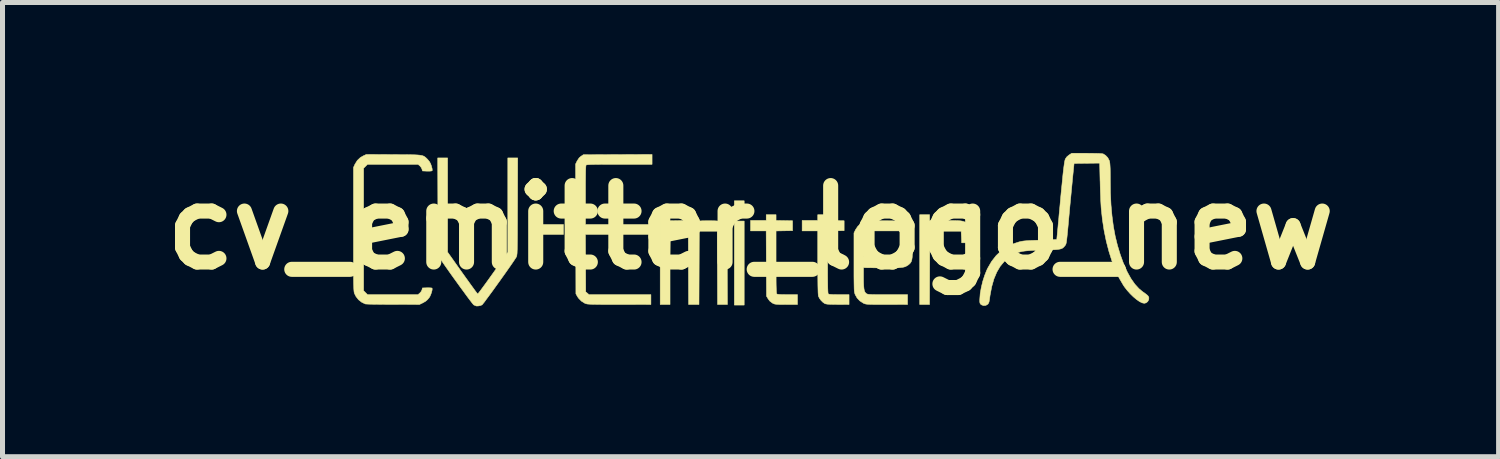
<source format=kicad_pcb>
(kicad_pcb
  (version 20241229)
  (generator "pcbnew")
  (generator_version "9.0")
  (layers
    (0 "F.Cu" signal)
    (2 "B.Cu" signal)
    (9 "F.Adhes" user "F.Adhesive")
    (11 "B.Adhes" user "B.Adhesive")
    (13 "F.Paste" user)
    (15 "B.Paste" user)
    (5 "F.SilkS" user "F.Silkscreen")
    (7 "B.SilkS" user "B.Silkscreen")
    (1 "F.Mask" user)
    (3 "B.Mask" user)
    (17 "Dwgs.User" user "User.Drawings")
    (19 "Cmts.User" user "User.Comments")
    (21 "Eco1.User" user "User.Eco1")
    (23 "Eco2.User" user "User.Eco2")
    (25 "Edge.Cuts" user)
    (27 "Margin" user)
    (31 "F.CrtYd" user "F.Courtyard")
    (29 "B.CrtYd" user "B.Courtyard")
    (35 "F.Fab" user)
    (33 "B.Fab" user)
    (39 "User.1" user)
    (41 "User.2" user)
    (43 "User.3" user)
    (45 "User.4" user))
  (footprint "cv_emitter_logo_new"
    (layer "F.Cu")
    (at 11.909 1.483)
    (property "Reference" "cv_emitter_logo_new" (at 0 0 0) (layer "F.SilkS") (effects (font (size 1.524 1.524) (thickness 0.3))))
    (attr through_hole)
    (fp_poly (pts (xy -3.729 0.139) (xy -4.41 0.139) (xy -4.41 -0.058) (xy -3.729 -0.058) (xy -3.729 0.139)) (stroke (width 0.01) (type solid)) (fill yes) (layer "F.SilkS"))
    (fp_poly (pts (xy -0.127 -0.277) (xy -0.323 -0.277) (xy -0.323 -0.531) (xy -0.127 -0.531) (xy -0.127 -0.277)) (stroke (width 0.01) (type solid)) (fill yes) (layer "F.SilkS"))
    (fp_poly (pts (xy -0.127 1.547) (xy -0.323 1.547) (xy -0.323 -0.127) (xy -0.127 -0.127) (xy -0.127 1.547)) (stroke (width 0.01) (type solid)) (fill yes) (layer "F.SilkS"))
    (fp_poly (pts (xy 3.568 -0.133) (xy 3.874 -0.136) (xy 3.977 -0.137) (xy 4.061 -0.137) (xy 4.127 -0.135) (xy 4.179 -0.132) (xy 4.218 -0.126) (xy 4.249 -0.118) (xy 4.274 -0.107) (xy 4.296 -0.093) (xy 4.313 -0.079) (xy 4.35 -0.041) (xy 4.376 -0.002) (xy 4.392 0.044) (xy 4.401 0.102) (xy 4.404 0.178) (xy 4.404 0.179) (xy 4.405 0.306) (xy 4.208 0.306) (xy 4.203 0.191) (xy 4.197 0.075) (xy 3.573 0.075) (xy 3.57 0.805) (xy 3.567 1.536) (xy 3.371 1.536) (xy 3.371 -0.254) (xy 3.568 -0.254) (xy 3.568 -0.133)) (stroke (width 0.01) (type solid)) (fill yes) (layer "F.SilkS"))
    (fp_poly (pts (xy 0.508 -0.139) (xy 0.673 -0.136) (xy 0.837 -0.133) (xy 0.837 0.064) (xy 0.673 0.067) (xy 0.508 0.07) (xy 0.508 0.691) (xy 0.508 0.835) (xy 0.509 0.959) (xy 0.509 1.061) (xy 0.51 1.145) (xy 0.512 1.211) (xy 0.514 1.261) (xy 0.516 1.295) (xy 0.519 1.316) (xy 0.522 1.325) (xy 0.537 1.331) (xy 0.57 1.335) (xy 0.622 1.338) (xy 0.695 1.339) (xy 0.735 1.339) (xy 0.935 1.339) (xy 0.935 1.536) (xy 0.712 1.536) (xy 0.634 1.535) (xy 0.576 1.535) (xy 0.533 1.533) (xy 0.502 1.53) (xy 0.478 1.526) (xy 0.459 1.519) (xy 0.441 1.51) (xy 0.438 1.509) (xy 0.384 1.468) (xy 0.352 1.426) (xy 0.318 1.37) (xy 0.314 0.72) (xy 0.311 0.069) (xy 0 0.069) (xy 0 -0.139) (xy 0.312 -0.139) (xy 0.312 -0.254) (xy 0.508 -0.254) (xy 0.508 -0.139)) (stroke (width 0.01) (type solid)) (fill yes) (layer "F.SilkS"))
    (fp_poly (pts (xy 1.536 -0.139) (xy 1.7 -0.136) (xy 1.865 -0.133) (xy 1.865 0.064) (xy 1.7 0.067) (xy 1.536 0.07) (xy 1.536 0.691) (xy 1.536 0.835) (xy 1.536 0.959) (xy 1.537 1.061) (xy 1.538 1.145) (xy 1.539 1.211) (xy 1.541 1.261) (xy 1.543 1.295) (xy 1.546 1.316) (xy 1.549 1.325) (xy 1.564 1.331) (xy 1.597 1.335) (xy 1.65 1.338) (xy 1.723 1.339) (xy 1.763 1.339) (xy 1.963 1.339) (xy 1.963 1.536) (xy 1.74 1.535) (xy 1.649 1.534) (xy 1.58 1.532) (xy 1.529 1.529) (xy 1.496 1.523) (xy 1.484 1.52) (xy 1.445 1.494) (xy 1.405 1.455) (xy 1.372 1.41) (xy 1.352 1.367) (xy 1.352 1.366) (xy 1.349 1.343) (xy 1.346 1.297) (xy 1.344 1.23) (xy 1.342 1.141) (xy 1.341 1.031) (xy 1.34 0.901) (xy 1.339 0.751) (xy 1.339 0.696) (xy 1.339 0.069) (xy 1.028 0.069) (xy 1.028 -0.139) (xy 1.339 -0.139) (xy 1.339 -0.254) (xy 1.536 -0.254) (xy 1.536 -0.139)) (stroke (width 0.01) (type solid)) (fill yes) (layer "F.SilkS"))
    (fp_poly (pts (xy -1.963 -1.258) (xy -2.613 -1.258) (xy -2.761 -1.258) (xy -2.887 -1.258) (xy -2.993 -1.257) (xy -3.08 -1.256) (xy -3.15 -1.255) (xy -3.202 -1.253) (xy -3.24 -1.251) (xy -3.264 -1.248) (xy -3.276 -1.245) (xy -3.277 -1.245) (xy -3.28 -1.235) (xy -3.283 -1.214) (xy -3.285 -1.178) (xy -3.287 -1.128) (xy -3.288 -1.06) (xy -3.289 -0.975) (xy -3.29 -0.871) (xy -3.29 -0.746) (xy -3.29 -0.644) (xy -3.29 -0.058) (xy -1.974 -0.058) (xy -1.974 0.139) (xy -3.291 0.139) (xy -3.285 1.284) (xy -3.252 1.311) (xy -3.22 1.339) (xy -1.986 1.339) (xy -1.986 1.536) (xy -2.618 1.535) (xy -2.755 1.535) (xy -2.871 1.535) (xy -2.968 1.535) (xy -3.047 1.534) (xy -3.111 1.533) (xy -3.162 1.532) (xy -3.202 1.53) (xy -3.232 1.528) (xy -3.255 1.526) (xy -3.272 1.522) (xy -3.286 1.518) (xy -3.298 1.513) (xy -3.302 1.512) (xy -3.372 1.468) (xy -3.431 1.407) (xy -3.456 1.368) (xy -3.481 1.322) (xy -3.484 0.029) (xy -3.487 -1.263) (xy -3.457 -1.325) (xy -3.417 -1.386) (xy -3.38 -1.418) (xy -3.333 -1.449) (xy -2.648 -1.452) (xy -1.963 -1.455) (xy -1.963 -1.258)) (stroke (width 0.01) (type solid)) (fill yes) (layer "F.SilkS"))
    (fp_poly (pts (xy -1.605 -0.193) (xy -1.605 -0.133) (xy -1.434 -0.136) (xy -1.363 -0.138) (xy -1.311 -0.137) (xy -1.271 -0.134) (xy -1.238 -0.129) (xy -1.208 -0.122) (xy -1.192 -0.117) (xy -1.153 -0.104) (xy -1.128 -0.099) (xy -1.109 -0.101) (xy -1.088 -0.111) (xy -1.084 -0.113) (xy -1.066 -0.12) (xy -1.042 -0.126) (xy -1.01 -0.129) (xy -0.966 -0.132) (xy -0.905 -0.133) (xy -0.843 -0.133) (xy -0.77 -0.133) (xy -0.715 -0.132) (xy -0.676 -0.13) (xy -0.648 -0.127) (xy -0.626 -0.121) (xy -0.607 -0.114) (xy -0.589 -0.104) (xy -0.551 -0.076) (xy -0.514 -0.04) (xy -0.503 -0.025) (xy -0.468 0.025) (xy -0.461 1.536) (xy -0.658 1.536) (xy -0.661 0.805) (xy -0.664 0.075) (xy -1.022 0.075) (xy -1.025 0.805) (xy -1.028 1.536) (xy -1.235 1.536) (xy -1.238 0.805) (xy -1.241 0.075) (xy -1.413 0.072) (xy -1.485 0.071) (xy -1.536 0.072) (xy -1.57 0.074) (xy -1.589 0.079) (xy -1.595 0.083) (xy -1.597 0.097) (xy -1.598 0.132) (xy -1.6 0.186) (xy -1.601 0.257) (xy -1.602 0.343) (xy -1.603 0.443) (xy -1.604 0.553) (xy -1.604 0.672) (xy -1.605 0.798) (xy -1.605 0.817) (xy -1.605 1.536) (xy -1.801 1.536) (xy -1.801 -0.254) (xy -1.605 -0.254) (xy -1.605 -0.193)) (stroke (width 0.01) (type solid)) (fill yes) (layer "F.SilkS"))
    (fp_poly (pts (xy -7.116 -1.452) (xy -6.985 -1.451) (xy -6.874 -1.451) (xy -6.783 -1.449) (xy -6.708 -1.448) (xy -6.647 -1.445) (xy -6.599 -1.441) (xy -6.562 -1.435) (xy -6.532 -1.428) (xy -6.509 -1.418) (xy -6.489 -1.405) (xy -6.471 -1.39) (xy -6.452 -1.372) (xy -6.434 -1.353) (xy -6.4 -1.312) (xy -6.375 -1.265) (xy -6.36 -1.222) (xy -6.347 -1.173) (xy -6.344 -1.141) (xy -6.347 -1.13) (xy -6.363 -1.125) (xy -6.396 -1.122) (xy -6.439 -1.122) (xy -6.449 -1.122) (xy -6.539 -1.126) (xy -6.549 -1.162) (xy -6.564 -1.194) (xy -6.589 -1.225) (xy -6.593 -1.229) (xy -6.629 -1.258) (xy -7.634 -1.258) (xy -7.712 -1.18) (xy -7.712 1.261) (xy -7.673 1.3) (xy -7.634 1.339) (xy -6.629 1.339) (xy -6.593 1.309) (xy -6.567 1.28) (xy -6.55 1.248) (xy -6.549 1.243) (xy -6.539 1.206) (xy -6.449 1.203) (xy -6.405 1.203) (xy -6.37 1.205) (xy -6.35 1.208) (xy -6.348 1.209) (xy -6.345 1.227) (xy -6.349 1.259) (xy -6.36 1.299) (xy -6.375 1.341) (xy -6.392 1.378) (xy -6.404 1.397) (xy -6.439 1.439) (xy -6.476 1.471) (xy -6.524 1.499) (xy -6.54 1.507) (xy -6.598 1.535) (xy -7.124 1.534) (xy -7.232 1.534) (xy -7.335 1.533) (xy -7.429 1.532) (xy -7.511 1.531) (xy -7.58 1.53) (xy -7.632 1.528) (xy -7.666 1.526) (xy -7.678 1.525) (xy -7.748 1.492) (xy -7.812 1.442) (xy -7.863 1.378) (xy -7.892 1.321) (xy -7.896 1.312) (xy -7.899 1.3) (xy -7.902 1.287) (xy -7.904 1.269) (xy -7.906 1.246) (xy -7.908 1.217) (xy -7.909 1.179) (xy -7.911 1.132) (xy -7.912 1.075) (xy -7.913 1.005) (xy -7.913 0.922) (xy -7.914 0.824) (xy -7.914 0.71) (xy -7.914 0.578) (xy -7.914 0.428) (xy -7.914 0.257) (xy -7.914 0.065) (xy -7.914 -1.195) (xy -7.885 -1.259) (xy -7.838 -1.335) (xy -7.777 -1.393) (xy -7.716 -1.428) (xy -7.657 -1.455) (xy -7.116 -1.452)) (stroke (width 0.01) (type solid)) (fill yes) (layer "F.SilkS"))
    (fp_poly (pts (xy -6.038 0.492) (xy -5.744 0.907) (xy -5.682 0.994) (xy -5.624 1.074) (xy -5.572 1.147) (xy -5.526 1.21) (xy -5.489 1.261) (xy -5.461 1.298) (xy -5.444 1.32) (xy -5.439 1.325) (xy -5.43 1.317) (xy -5.408 1.29) (xy -5.375 1.247) (xy -5.331 1.187) (xy -5.276 1.112) (xy -5.212 1.023) (xy -5.139 0.921) (xy -5.058 0.807) (xy -4.969 0.681) (xy -4.922 0.613) (xy -4.838 0.494) (xy -4.838 -1.385) (xy -4.641 -1.385) (xy -4.644 -0.419) (xy -4.645 -0.247) (xy -4.645 -0.096) (xy -4.646 0.034) (xy -4.646 0.146) (xy -4.647 0.24) (xy -4.648 0.32) (xy -4.649 0.385) (xy -4.65 0.438) (xy -4.652 0.48) (xy -4.653 0.513) (xy -4.656 0.537) (xy -4.658 0.556) (xy -4.661 0.569) (xy -4.664 0.58) (xy -4.668 0.588) (xy -4.67 0.592) (xy -4.684 0.614) (xy -4.709 0.652) (xy -4.744 0.704) (xy -4.787 0.766) (xy -4.836 0.836) (xy -4.89 0.913) (xy -4.948 0.994) (xy -5.007 1.077) (xy -5.067 1.16) (xy -5.124 1.24) (xy -5.179 1.315) (xy -5.229 1.383) (xy -5.273 1.442) (xy -5.308 1.49) (xy -5.335 1.523) (xy -5.349 1.541) (xy -5.352 1.543) (xy -5.385 1.557) (xy -5.426 1.565) (xy -5.462 1.566) (xy -5.473 1.563) (xy -5.496 1.553) (xy -5.517 1.544) (xy -5.527 1.533) (xy -5.55 1.505) (xy -5.583 1.462) (xy -5.624 1.408) (xy -5.672 1.343) (xy -5.725 1.27) (xy -5.783 1.192) (xy -5.842 1.11) (xy -5.902 1.027) (xy -5.961 0.945) (xy -6.017 0.866) (xy -6.069 0.792) (xy -6.115 0.726) (xy -6.154 0.669) (xy -6.184 0.625) (xy -6.204 0.594) (xy -6.208 0.587) (xy -6.211 0.579) (xy -6.215 0.569) (xy -6.218 0.556) (xy -6.22 0.537) (xy -6.222 0.512) (xy -6.224 0.478) (xy -6.226 0.435) (xy -6.227 0.381) (xy -6.228 0.314) (xy -6.229 0.232) (xy -6.23 0.136) (xy -6.23 0.021) (xy -6.231 -0.111) (xy -6.231 -0.264) (xy -6.232 -0.419) (xy -6.235 -1.385) (xy -6.038 -1.385) (xy -6.038 0.492)) (stroke (width 0.01) (type solid)) (fill yes) (layer "F.SilkS"))
    (fp_poly (pts (xy 2.746 -0.133) (xy 2.834 -0.132) (xy 2.904 -0.129) (xy 2.959 -0.125) (xy 3.003 -0.118) (xy 3.037 -0.109) (xy 3.065 -0.095) (xy 3.09 -0.077) (xy 3.114 -0.055) (xy 3.139 -0.028) (xy 3.166 0.002) (xy 3.186 0.029) (xy 3.202 0.057) (xy 3.213 0.09) (xy 3.22 0.129) (xy 3.224 0.18) (xy 3.226 0.246) (xy 3.227 0.329) (xy 3.227 0.375) (xy 3.227 0.469) (xy 3.225 0.543) (xy 3.221 0.601) (xy 3.214 0.644) (xy 3.204 0.678) (xy 3.19 0.703) (xy 3.17 0.725) (xy 3.145 0.746) (xy 3.138 0.751) (xy 3.114 0.766) (xy 3.089 0.779) (xy 3.06 0.789) (xy 3.023 0.796) (xy 2.977 0.801) (xy 2.92 0.805) (xy 2.847 0.806) (xy 2.757 0.807) (xy 2.648 0.806) (xy 2.61 0.806) (xy 2.251 0.802) (xy 2.251 1.004) (xy 2.252 1.094) (xy 2.255 1.164) (xy 2.26 1.217) (xy 2.267 1.256) (xy 2.278 1.284) (xy 2.293 1.305) (xy 2.305 1.316) (xy 2.314 1.322) (xy 2.325 1.327) (xy 2.339 1.331) (xy 2.36 1.334) (xy 2.39 1.336) (xy 2.432 1.338) (xy 2.487 1.339) (xy 2.559 1.339) (xy 2.649 1.339) (xy 2.732 1.339) (xy 3.129 1.339) (xy 3.129 1.536) (xy 2.716 1.535) (xy 2.608 1.535) (xy 2.52 1.535) (xy 2.45 1.535) (xy 2.395 1.534) (xy 2.353 1.532) (xy 2.322 1.53) (xy 2.298 1.527) (xy 2.28 1.522) (xy 2.265 1.517) (xy 2.249 1.51) (xy 2.246 1.508) (xy 2.179 1.465) (xy 2.123 1.406) (xy 2.084 1.336) (xy 2.083 1.332) (xy 2.078 1.318) (xy 2.074 1.303) (xy 2.07 1.284) (xy 2.067 1.259) (xy 2.065 1.226) (xy 2.064 1.183) (xy 2.063 1.129) (xy 2.062 1.06) (xy 2.061 0.976) (xy 2.061 0.873) (xy 2.061 0.75) (xy 2.061 0.693) (xy 2.061 0.483) (xy 2.252 0.483) (xy 2.253 0.533) (xy 2.254 0.568) (xy 2.256 0.584) (xy 2.261 0.589) (xy 2.272 0.592) (xy 2.293 0.595) (xy 2.325 0.597) (xy 2.37 0.598) (xy 2.431 0.599) (xy 2.511 0.598) (xy 2.61 0.598) (xy 2.641 0.598) (xy 3.019 0.595) (xy 3.022 0.366) (xy 3.025 0.137) (xy 2.991 0.103) (xy 2.957 0.069) (xy 2.333 0.069) (xy 2.295 0.103) (xy 2.257 0.137) (xy 2.253 0.352) (xy 2.252 0.421) (xy 2.252 0.483) (xy 2.061 0.483) (xy 2.061 0.11) (xy 2.093 0.044) (xy 2.141 -0.027) (xy 2.206 -0.083) (xy 2.259 -0.113) (xy 2.274 -0.119) (xy 2.293 -0.123) (xy 2.319 -0.127) (xy 2.353 -0.129) (xy 2.4 -0.131) (xy 2.461 -0.132) (xy 2.54 -0.133) (xy 2.638 -0.133) (xy 2.746 -0.133)) (stroke (width 0.01) (type solid)) (fill yes) (layer "F.SilkS"))
    (fp_poly (pts (xy 6.794 -1.477) (xy 6.877 -1.476) (xy 6.945 -1.474) (xy 6.994 -1.471) (xy 7.023 -1.467) (xy 7.028 -1.466) (xy 7.076 -1.436) (xy 7.119 -1.391) (xy 7.148 -1.336) (xy 7.153 -1.323) (xy 7.158 -1.3) (xy 7.162 -1.268) (xy 7.165 -1.225) (xy 7.168 -1.169) (xy 7.169 -1.096) (xy 7.17 -1.004) (xy 7.17 -0.942) (xy 7.173 -0.686) (xy 7.184 -0.45) (xy 7.204 -0.23) (xy 7.231 -0.023) (xy 7.267 0.172) (xy 7.313 0.359) (xy 7.368 0.54) (xy 7.433 0.719) (xy 7.441 0.737) (xy 7.508 0.887) (xy 7.58 1.017) (xy 7.658 1.129) (xy 7.74 1.219) (xy 7.808 1.276) (xy 7.859 1.312) (xy 7.894 1.339) (xy 7.916 1.358) (xy 7.929 1.375) (xy 7.936 1.391) (xy 7.939 1.404) (xy 7.935 1.442) (xy 7.915 1.478) (xy 7.883 1.503) (xy 7.847 1.512) (xy 7.804 1.503) (xy 7.752 1.477) (xy 7.693 1.436) (xy 7.631 1.384) (xy 7.568 1.323) (xy 7.507 1.255) (xy 7.452 1.184) (xy 7.43 1.151) (xy 7.348 1.011) (xy 7.273 0.85) (xy 7.204 0.673) (xy 7.143 0.48) (xy 7.09 0.276) (xy 7.046 0.061) (xy 7.012 -0.16) (xy 6.988 -0.386) (xy 6.986 -0.416) (xy 6.983 -0.468) (xy 6.979 -0.54) (xy 6.976 -0.624) (xy 6.972 -0.718) (xy 6.969 -0.817) (xy 6.967 -0.915) (xy 6.966 -0.927) (xy 6.958 -1.282) (xy 6.703 -1.279) (xy 6.448 -1.276) (xy 6.417 -0.97) (xy 6.409 -0.884) (xy 6.399 -0.781) (xy 6.388 -0.665) (xy 6.376 -0.542) (xy 6.364 -0.417) (xy 6.353 -0.294) (xy 6.345 -0.208) (xy 6.334 -0.083) (xy 6.324 0.021) (xy 6.316 0.106) (xy 6.309 0.174) (xy 6.303 0.228) (xy 6.298 0.269) (xy 6.293 0.3) (xy 6.288 0.322) (xy 6.283 0.338) (xy 6.277 0.349) (xy 6.27 0.359) (xy 6.262 0.369) (xy 6.261 0.37) (xy 6.244 0.39) (xy 6.227 0.405) (xy 6.208 0.418) (xy 6.184 0.427) (xy 6.151 0.434) (xy 6.109 0.44) (xy 6.053 0.444) (xy 5.981 0.447) (xy 5.891 0.45) (xy 5.819 0.451) (xy 5.706 0.455) (xy 5.613 0.458) (xy 5.536 0.463) (xy 5.474 0.469) (xy 5.422 0.476) (xy 5.377 0.486) (xy 5.337 0.498) (xy 5.298 0.513) (xy 5.26 0.531) (xy 5.152 0.595) (xy 5.058 0.676) (xy 4.976 0.774) (xy 4.907 0.891) (xy 4.85 1.027) (xy 4.806 1.182) (xy 4.773 1.356) (xy 4.762 1.436) (xy 4.753 1.486) (xy 4.737 1.52) (xy 4.727 1.531) (xy 4.69 1.553) (xy 4.647 1.558) (xy 4.605 1.544) (xy 4.593 1.536) (xy 4.58 1.523) (xy 4.572 1.507) (xy 4.568 1.483) (xy 4.568 1.443) (xy 4.569 1.423) (xy 4.577 1.317) (xy 4.598 1.199) (xy 4.627 1.077) (xy 4.665 0.958) (xy 4.708 0.85) (xy 4.725 0.814) (xy 4.804 0.678) (xy 4.895 0.561) (xy 4.999 0.463) (xy 5.117 0.383) (xy 5.249 0.322) (xy 5.353 0.288) (xy 5.384 0.281) (xy 5.417 0.274) (xy 5.456 0.269) (xy 5.504 0.265) (xy 5.564 0.261) (xy 5.639 0.258) (xy 5.733 0.255) (xy 5.772 0.253) (xy 5.856 0.251) (xy 5.933 0.248) (xy 5.998 0.245) (xy 6.05 0.243) (xy 6.086 0.241) (xy 6.101 0.24) (xy 6.102 0.24) (xy 6.104 0.228) (xy 6.107 0.196) (xy 6.112 0.145) (xy 6.118 0.079) (xy 6.126 -0.000392) (xy 6.134 -0.091) (xy 6.144 -0.189) (xy 6.147 -0.231) (xy 6.165 -0.419) (xy 6.18 -0.586) (xy 6.194 -0.732) (xy 6.207 -0.859) (xy 6.218 -0.969) (xy 6.227 -1.062) (xy 6.236 -1.14) (xy 6.244 -1.204) (xy 6.251 -1.256) (xy 6.257 -1.296) (xy 6.263 -1.327) (xy 6.269 -1.35) (xy 6.274 -1.365) (xy 6.275 -1.367) (xy 6.305 -1.409) (xy 6.349 -1.445) (xy 6.401 -1.478) (xy 6.698 -1.478) (xy 6.794 -1.477)) (stroke (width 0.01) (type solid)) (fill yes) (layer "F.SilkS")))
  (gr_rect
    (start -3 -3)
    (end 26.818 6.053)
    (stroke (width 0.1) (type default))
    (fill no)
    (layer "Edge.Cuts")))
</source>
